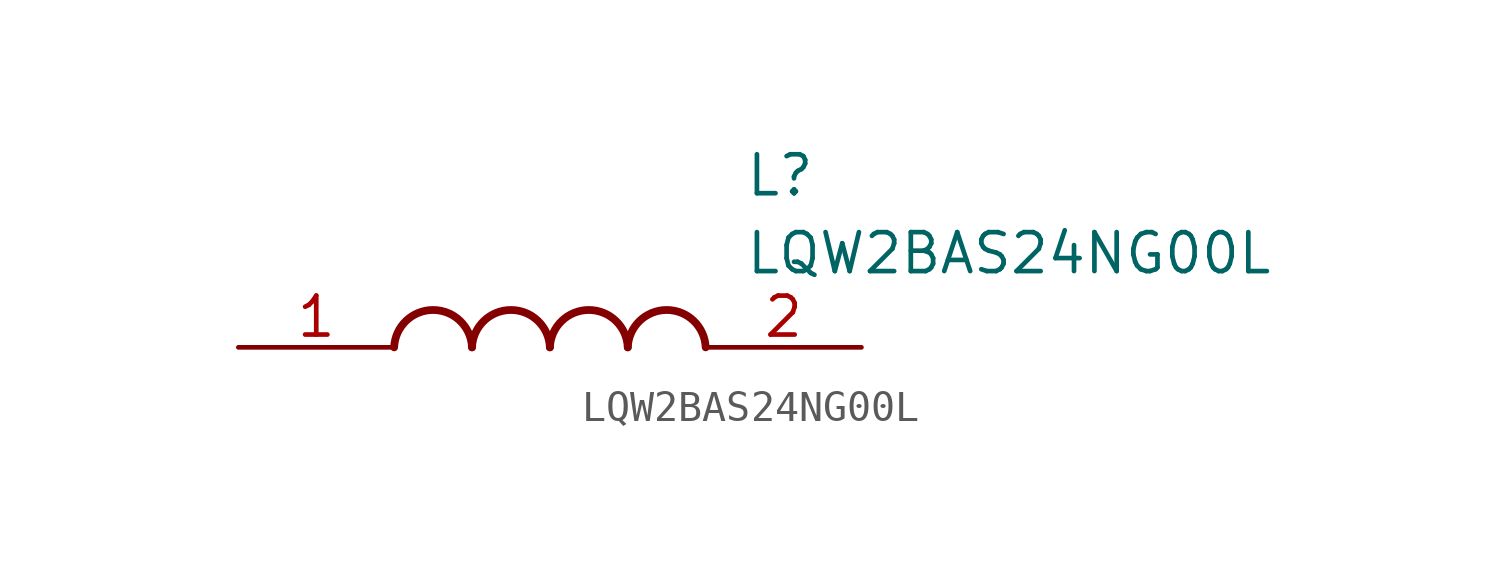
<source format=kicad_sym>
(kicad_symbol_lib
  (version 20211014)
  (generator SamacSys_ECAD_Model)
  (symbol "LQW2BAS24NG00L"
    (pin_names hide)
    (property "Reference" "L"
      (at 16.51 6.35 0)
      (effects (font (size 1.27 1.27)) (justify left top)))
    (property "Value" "LQW2BAS24NG00L"
      (at 16.51 3.81 0)
      (effects (font (size 1.27 1.27)) (justify left top)))
    (arc
      (start 7.62 0)
      (mid 6.35 1.219)
      (end 5.08 0)
      (stroke (width 0.254) (type default))
      (fill (type none)))
    (arc
      (start 10.16 0)
      (mid 8.89 1.219)
      (end 7.62 0)
      (stroke (width 0.254) (type default))
      (fill (type none)))
    (arc
      (start 12.7 0)
      (mid 11.43 1.219)
      (end 10.16 0)
      (stroke (width 0.254) (type default))
      (fill (type none)))
    (arc
      (start 15.24 0)
      (mid 13.97 1.219)
      (end 12.7 0)
      (stroke (width 0.254) (type default))
      (fill (type none)))
    (pin passive line
      (at 0 0 0)
      (length 5.08)
      (name "1" (effects (font (size 1.27 1.27))))
      (number "1" (effects (font (size 1.27 1.27)))))
    (pin passive line
      (at 20.32 0 180)
      (length 5.08)
      (name "2" (effects (font (size 1.27 1.27))))
      (number "2" (effects (font (size 1.27 1.27)))))))
</source>
